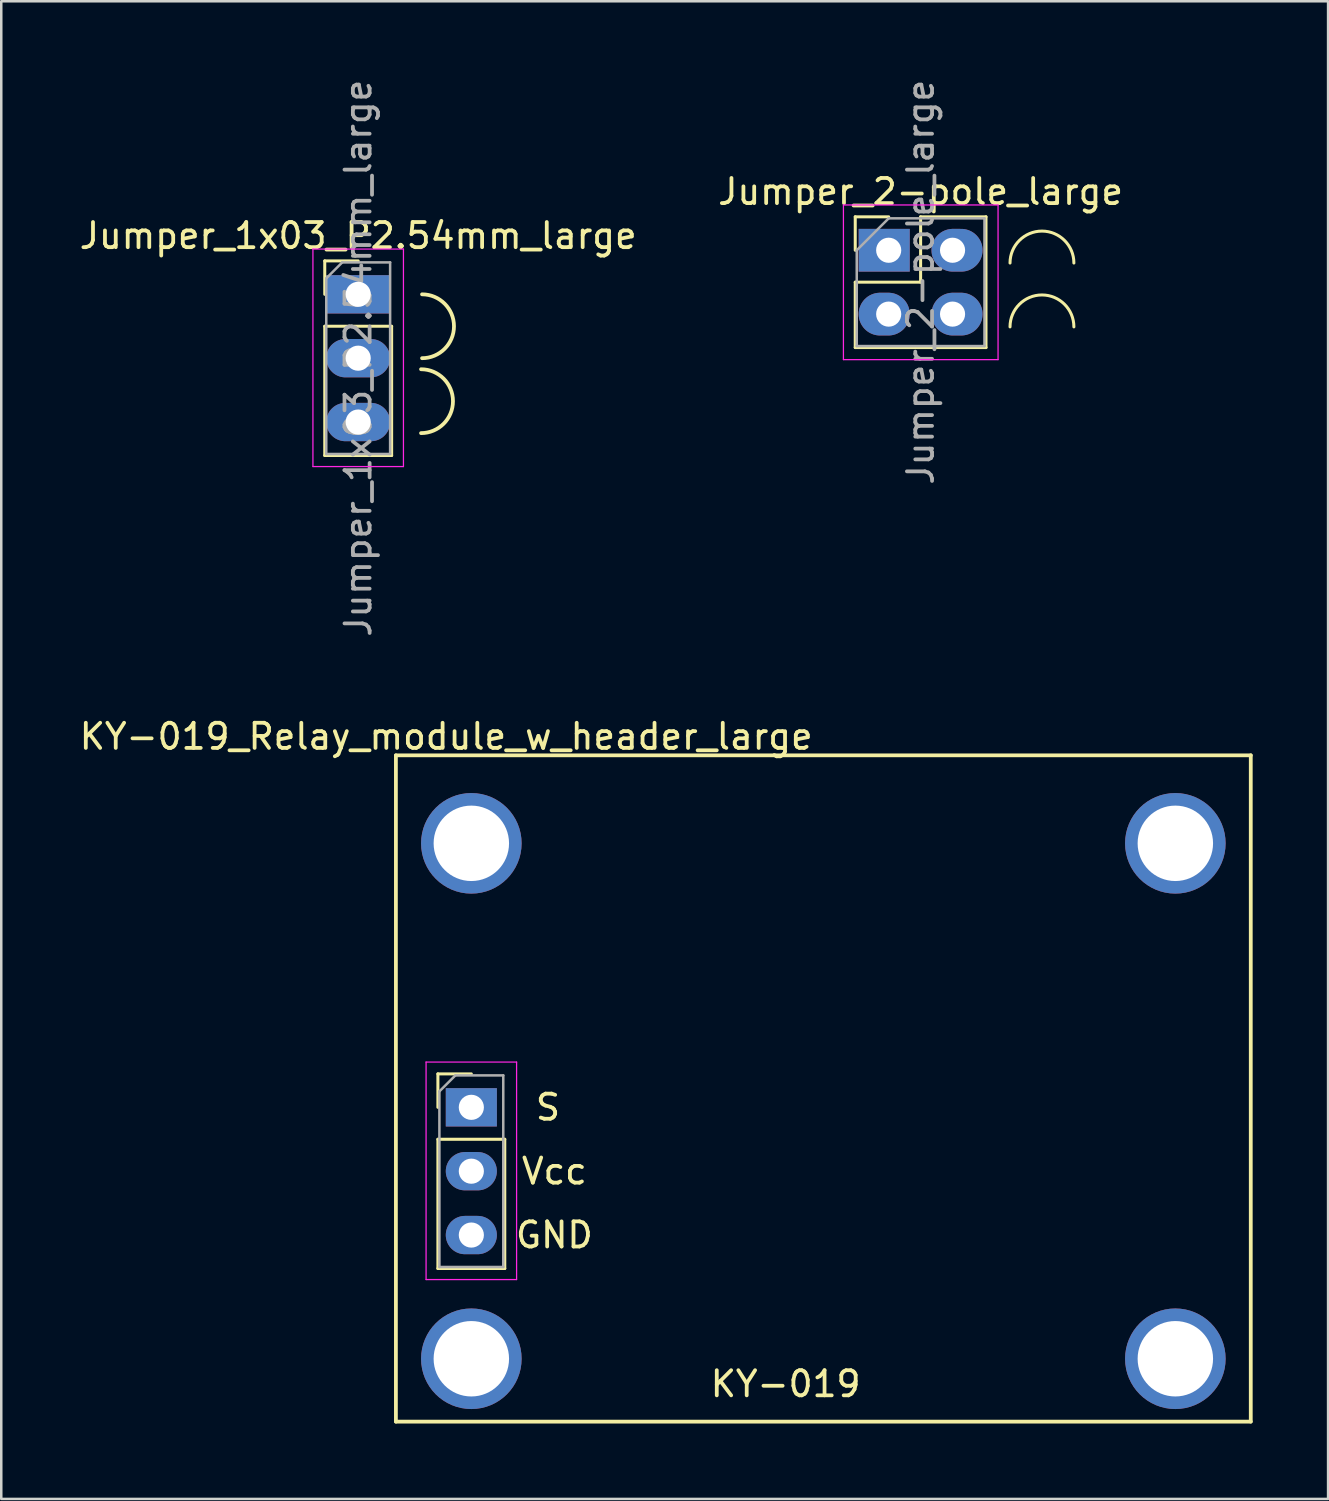
<source format=kicad_pcb>
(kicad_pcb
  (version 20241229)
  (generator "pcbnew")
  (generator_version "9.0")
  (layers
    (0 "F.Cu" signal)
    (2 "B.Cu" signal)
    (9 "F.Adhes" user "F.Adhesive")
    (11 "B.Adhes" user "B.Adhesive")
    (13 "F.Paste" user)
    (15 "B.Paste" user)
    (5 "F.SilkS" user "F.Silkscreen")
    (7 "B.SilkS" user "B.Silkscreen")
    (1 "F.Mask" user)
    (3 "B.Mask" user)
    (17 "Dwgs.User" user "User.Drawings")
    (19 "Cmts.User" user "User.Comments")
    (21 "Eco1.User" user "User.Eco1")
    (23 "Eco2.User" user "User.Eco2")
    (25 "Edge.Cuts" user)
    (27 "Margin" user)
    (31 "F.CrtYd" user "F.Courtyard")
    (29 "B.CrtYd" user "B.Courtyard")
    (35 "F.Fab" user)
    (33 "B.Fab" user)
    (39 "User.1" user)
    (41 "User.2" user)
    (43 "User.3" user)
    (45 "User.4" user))
  (footprint "Jumper_2-pole_large"
    (layer "F.Cu")
    (at 32.295 6.903)
    (property "Reference" "Jumper_2-pole_large" (at 1.27 -2.33 0) (layer "F.SilkS") (effects (font (size 1 1) (thickness 0.15))))
    (attr through_hole)
    (fp_line (start -1.33 -1.33) (end 0 -1.33) (stroke (width 0.12) (type solid)) (layer "F.SilkS"))
    (fp_line (start -1.33 0) (end -1.33 -1.33) (stroke (width 0.12) (type solid)) (layer "F.SilkS"))
    (fp_line (start -1.33 1.27) (end -1.33 3.87) (stroke (width 0.12) (type solid)) (layer "F.SilkS"))
    (fp_line (start -1.33 1.27) (end 1.27 1.27) (stroke (width 0.12) (type solid)) (layer "F.SilkS"))
    (fp_line (start -1.33 3.87) (end 3.87 3.87) (stroke (width 0.12) (type solid)) (layer "F.SilkS"))
    (fp_line (start 1.27 -1.33) (end 3.87 -1.33) (stroke (width 0.12) (type solid)) (layer "F.SilkS"))
    (fp_line (start 1.27 1.27) (end 1.27 -1.33) (stroke (width 0.12) (type solid)) (layer "F.SilkS"))
    (fp_line (start 3.87 -1.33) (end 3.87 3.87) (stroke (width 0.12) (type solid)) (layer "F.SilkS"))
    (fp_arc (start 4.826 0.508) (mid 6.096 -0.762) (end 7.366 0.508) (stroke (width 0.12) (type solid)) (layer "F.SilkS"))
    (fp_arc (start 4.826 3.048) (mid 6.096 1.778) (end 7.366 3.048) (stroke (width 0.12) (type solid)) (layer "F.SilkS"))
    (fp_line (start -1.8 -1.8) (end -1.8 4.35) (stroke (width 0.05) (type solid)) (layer "F.CrtYd"))
    (fp_line (start -1.8 4.35) (end 4.35 4.35) (stroke (width 0.05) (type solid)) (layer "F.CrtYd"))
    (fp_line (start 4.35 -1.8) (end -1.8 -1.8) (stroke (width 0.05) (type solid)) (layer "F.CrtYd"))
    (fp_line (start 4.35 4.35) (end 4.35 -1.8) (stroke (width 0.05) (type solid)) (layer "F.CrtYd"))
    (fp_line (start -1.27 0) (end 0 -1.27) (stroke (width 0.1) (type solid)) (layer "F.Fab"))
    (fp_line (start -1.27 3.81) (end -1.27 0) (stroke (width 0.1) (type solid)) (layer "F.Fab"))
    (fp_line (start 0 -1.27) (end 3.81 -1.27) (stroke (width 0.1) (type solid)) (layer "F.Fab"))
    (fp_line (start 3.81 -1.27) (end 3.81 3.81) (stroke (width 0.1) (type solid)) (layer "F.Fab"))
    (fp_line (start 3.81 3.81) (end -1.27 3.81) (stroke (width 0.1) (type solid)) (layer "F.Fab"))
    (fp_text user "${REFERENCE}" (at 1.27 1.27 90) (layer "F.Fab") (effects (font (size 1 1) (thickness 0.15))))
    (pad "1" thru_hole rect (at 0 0) (size 2.032 1.7) (drill 1 (offset -0.178 0)) (layers "*.Cu" "*.Mask"))
    (pad "2" thru_hole oval (at 2.54 0) (size 2.032 1.7) (drill 1 (offset 0.178 0)) (layers "*.Cu" "*.Mask"))
    (pad "3" thru_hole oval (at 0 2.54) (size 2.032 1.7) (drill 1 (offset -0.178 0)) (layers "*.Cu" "*.Mask"))
    (pad "4" thru_hole oval (at 2.54 2.54) (size 2.032 1.7) (drill 1 (offset 0.178 0)) (layers "*.Cu" "*.Mask")))
  (footprint "Jumper_1x03_P2.54mm_large"
    (layer "F.Cu")
    (at 11.196 8.656)
    (property "Reference" "Jumper_1x03_P2.54mm_large" (at 0 -2.33 0) (layer "F.SilkS") (effects (font (size 1 1) (thickness 0.15))))
    (attr through_hole)
    (fp_line (start -1.33 -1.33) (end 0 -1.33) (stroke (width 0.12) (type solid)) (layer "F.SilkS"))
    (fp_line (start -1.33 0) (end -1.33 -1.33) (stroke (width 0.12) (type solid)) (layer "F.SilkS"))
    (fp_line (start -1.33 1.27) (end -1.33 6.41) (stroke (width 0.12) (type solid)) (layer "F.SilkS"))
    (fp_line (start -1.33 1.27) (end 1.33 1.27) (stroke (width 0.12) (type solid)) (layer "F.SilkS"))
    (fp_line (start -1.33 6.41) (end 1.33 6.41) (stroke (width 0.12) (type solid)) (layer "F.SilkS"))
    (fp_line (start 1.33 1.27) (end 1.33 6.41) (stroke (width 0.12) (type solid)) (layer "F.SilkS"))
    (fp_arc (start 2.5 2.98) (mid 3.77 4.25) (end 2.5 5.52) (stroke (width 0.15) (type solid)) (layer "F.SilkS"))
    (fp_arc (start 2.54 0) (mid 3.81 1.27) (end 2.54 2.54) (stroke (width 0.15) (type solid)) (layer "F.SilkS"))
    (fp_line (start -1.8 -1.8) (end -1.8 6.85) (stroke (width 0.05) (type solid)) (layer "F.CrtYd"))
    (fp_line (start -1.8 6.85) (end 1.8 6.85) (stroke (width 0.05) (type solid)) (layer "F.CrtYd"))
    (fp_line (start 1.8 -1.8) (end -1.8 -1.8) (stroke (width 0.05) (type solid)) (layer "F.CrtYd"))
    (fp_line (start 1.8 6.85) (end 1.8 -1.8) (stroke (width 0.05) (type solid)) (layer "F.CrtYd"))
    (fp_line (start -1.27 -0.635) (end -0.635 -1.27) (stroke (width 0.1) (type solid)) (layer "F.Fab"))
    (fp_line (start -1.27 6.35) (end -1.27 -0.635) (stroke (width 0.1) (type solid)) (layer "F.Fab"))
    (fp_line (start -0.635 -1.27) (end 1.27 -1.27) (stroke (width 0.1) (type solid)) (layer "F.Fab"))
    (fp_line (start 1.27 -1.27) (end 1.27 6.35) (stroke (width 0.1) (type solid)) (layer "F.Fab"))
    (fp_line (start 1.27 6.35) (end -1.27 6.35) (stroke (width 0.1) (type solid)) (layer "F.Fab"))
    (fp_text user "${REFERENCE}" (at 0 2.54 90) (layer "F.Fab") (effects (font (size 1 1) (thickness 0.15))))
    (pad "1" thru_hole rect (at 0 0) (size 2.54 1.524) (drill 1) (layers "*.Cu" "*.Mask"))
    (pad "2" thru_hole oval (at 0 2.54) (size 2.54 1.524) (drill 1) (layers "*.Cu" "*.Mask"))
    (pad "3" thru_hole oval (at 0 5.08) (size 2.54 1.524) (drill 1) (layers "*.Cu" "*.Mask")))
  (footprint "KY-019_Relay_module_w_header_large"
    (layer "F.Cu")
    (at 15.696 40.991)
    (property "Reference" "KY-019_Relay_module_w_header_large" (at -1 -14.75 0) (layer "F.SilkS") (effects (font (size 1 1) (thickness 0.15))))
    (attr through_hole)
    (fp_line (start -3 -14) (end 31 -14) (stroke (width 0.15) (type solid)) (layer "F.SilkS"))
    (fp_line (start -3 12.5) (end -3 -14) (stroke (width 0.15) (type solid)) (layer "F.SilkS"))
    (fp_line (start -1.33 -1.33) (end 0 -1.33) (stroke (width 0.12) (type solid)) (layer "F.SilkS"))
    (fp_line (start -1.33 0) (end -1.33 -1.33) (stroke (width 0.12) (type solid)) (layer "F.SilkS"))
    (fp_line (start -1.33 1.27) (end -1.33 6.41) (stroke (width 0.12) (type solid)) (layer "F.SilkS"))
    (fp_line (start -1.33 1.27) (end 1.33 1.27) (stroke (width 0.12) (type solid)) (layer "F.SilkS"))
    (fp_line (start -1.33 6.41) (end 1.33 6.41) (stroke (width 0.12) (type solid)) (layer "F.SilkS"))
    (fp_line (start 1.33 1.27) (end 1.33 6.41) (stroke (width 0.12) (type solid)) (layer "F.SilkS"))
    (fp_line (start 31 -14) (end 31 12.5) (stroke (width 0.15) (type solid)) (layer "F.SilkS"))
    (fp_line (start 31 12.5) (end -3 12.5) (stroke (width 0.15) (type solid)) (layer "F.SilkS"))
    (fp_line (start -1.8 -1.8) (end -1.8 6.85) (stroke (width 0.05) (type solid)) (layer "F.CrtYd"))
    (fp_line (start -1.8 6.85) (end 1.8 6.85) (stroke (width 0.05) (type solid)) (layer "F.CrtYd"))
    (fp_line (start 1.8 -1.8) (end -1.8 -1.8) (stroke (width 0.05) (type solid)) (layer "F.CrtYd"))
    (fp_line (start 1.8 6.85) (end 1.8 -1.8) (stroke (width 0.05) (type solid)) (layer "F.CrtYd"))
    (fp_line (start -1.27 -0.635) (end -0.635 -1.27) (stroke (width 0.1) (type solid)) (layer "F.Fab"))
    (fp_line (start -1.27 6.35) (end -1.27 -0.635) (stroke (width 0.1) (type solid)) (layer "F.Fab"))
    (fp_line (start -0.635 -1.27) (end 1.27 -1.27) (stroke (width 0.1) (type solid)) (layer "F.Fab"))
    (fp_line (start 1.27 -1.27) (end 1.27 6.35) (stroke (width 0.1) (type solid)) (layer "F.Fab"))
    (fp_line (start 1.27 6.35) (end -1.27 6.35) (stroke (width 0.1) (type solid)) (layer "F.Fab"))
    (fp_text user "Vcc" (at 3.302 2.54 0) (layer "F.SilkS") (effects (font (size 1 1) (thickness 0.15))))
    (fp_text user "GND" (at 3.302 5.08 0) (layer "F.SilkS") (effects (font (size 1 1) (thickness 0.15))))
    (fp_text user "S" (at 3.048 0 0) (layer "F.SilkS") (effects (font (size 1 1) (thickness 0.15))))
    (fp_text user "KY-019" (at 12.5 11 180) (layer "F.SilkS") (effects (font (size 1 1) (thickness 0.15))))
    (pad "" np_thru_hole circle (at 0 -10.5) (size 4 4) (drill 3) (layers "*.Cu" "*.Mask"))
    (pad "" np_thru_hole circle (at 0 10) (size 4 4) (drill 3) (layers "*.Cu" "*.Mask"))
    (pad "" np_thru_hole circle (at 28 -10.5) (size 4 4) (drill 3) (layers "*.Cu" "*.Mask"))
    (pad "" np_thru_hole circle (at 28 10) (size 4 4) (drill 3) (layers "*.Cu" "*.Mask"))
    (pad "1" thru_hole rect (at 0 0) (size 2.032 1.524) (drill 1) (layers "*.Cu" "*.Mask"))
    (pad "2" thru_hole oval (at 0 2.54) (size 2.032 1.524) (drill 1) (layers "*.Cu" "*.Mask"))
    (pad "3" thru_hole oval (at 0 5.08) (size 2.032 1.524) (drill 1) (layers "*.Cu" "*.Mask")))
  (gr_rect
    (start -3 -3)
    (end 49.771 56.566)
    (stroke (width 0.1) (type default))
    (fill no)
    (layer "Edge.Cuts")))
</source>
